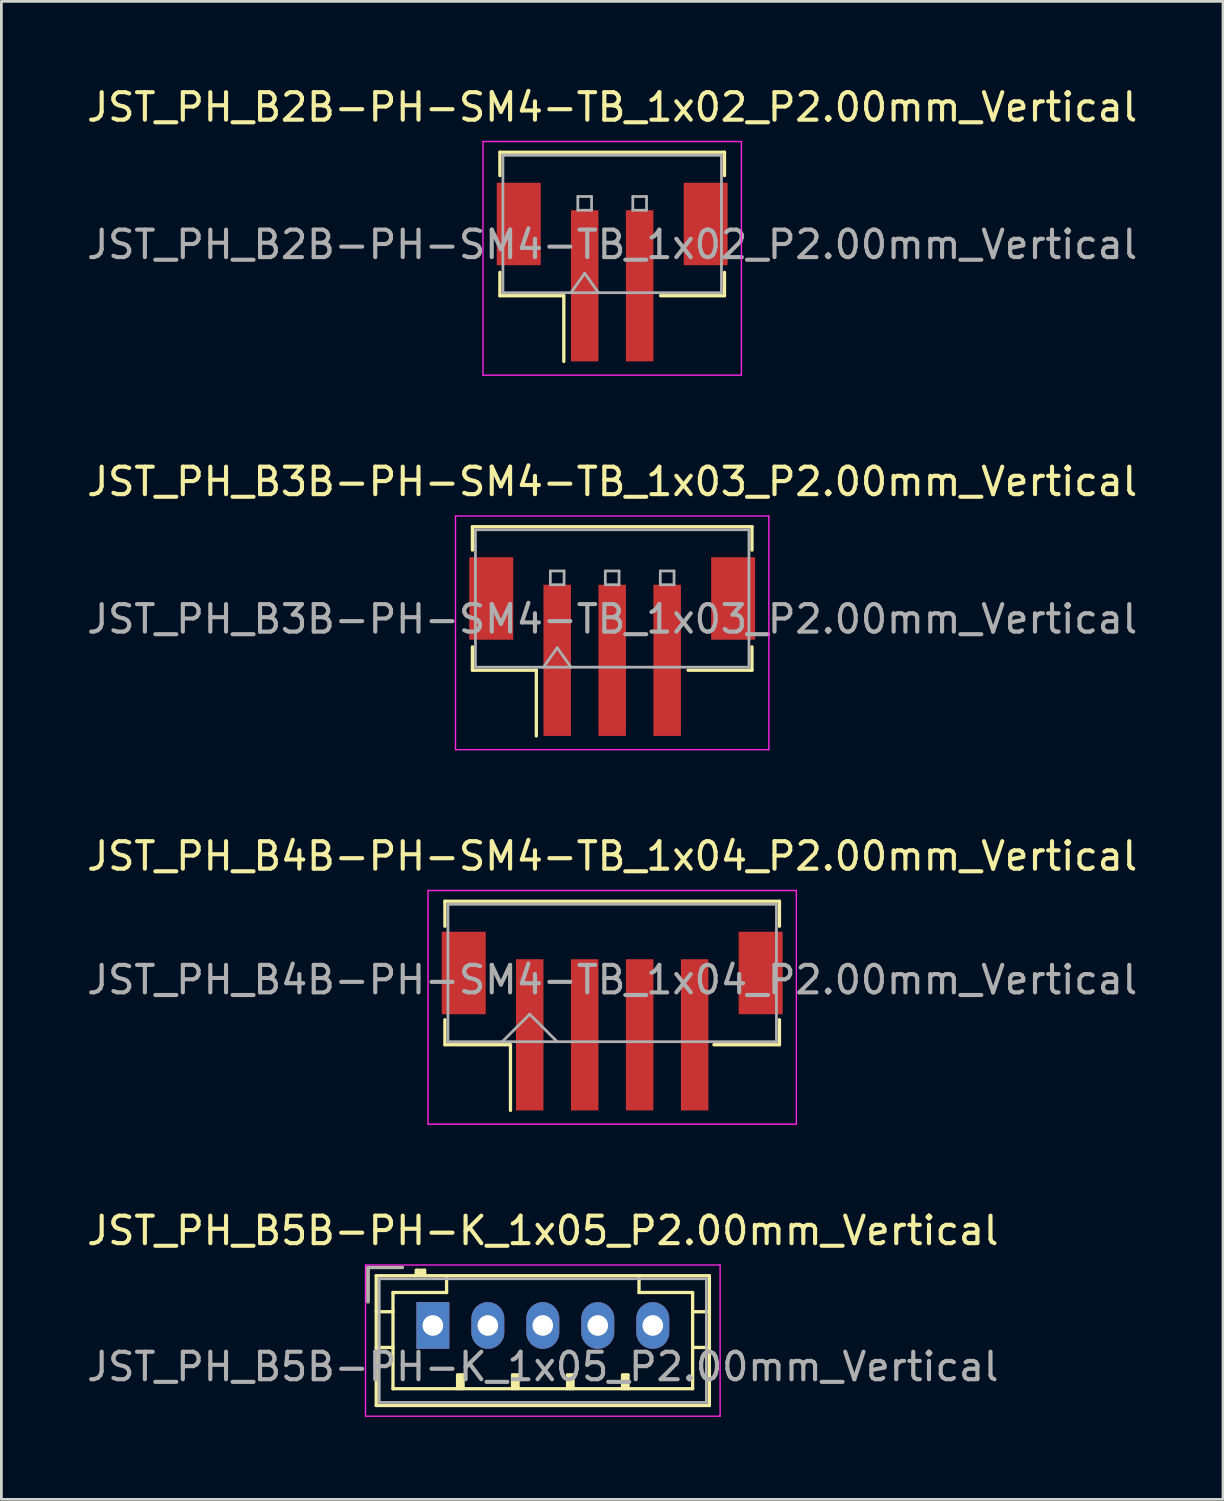
<source format=kicad_pcb>
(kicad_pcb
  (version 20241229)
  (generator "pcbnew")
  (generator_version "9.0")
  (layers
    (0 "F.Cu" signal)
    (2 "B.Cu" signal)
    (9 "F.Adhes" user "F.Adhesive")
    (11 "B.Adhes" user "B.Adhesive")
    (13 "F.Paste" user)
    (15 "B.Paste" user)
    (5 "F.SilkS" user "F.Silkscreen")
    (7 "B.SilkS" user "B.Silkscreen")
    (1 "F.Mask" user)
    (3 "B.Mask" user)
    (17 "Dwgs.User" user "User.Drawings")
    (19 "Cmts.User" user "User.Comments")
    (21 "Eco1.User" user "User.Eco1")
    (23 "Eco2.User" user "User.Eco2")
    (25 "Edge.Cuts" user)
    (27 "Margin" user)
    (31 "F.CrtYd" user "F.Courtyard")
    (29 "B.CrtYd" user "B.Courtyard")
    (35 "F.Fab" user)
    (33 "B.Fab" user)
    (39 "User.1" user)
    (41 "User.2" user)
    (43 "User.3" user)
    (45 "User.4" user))
  (footprint "JST_PH_B4B-PH-SM4-TB_1x04_P2.00mm_Vertical"
    (layer "F.Cu")
    (at 19.22 34.095)
    (property "Reference" "JST_PH_B4B-PH-SM4-TB_1x04_P2.00mm_Vertical" (at 0 -6 0) (layer "F.SilkS") (effects (font (size 1 1) (thickness 0.15))))
    (attr smd)
    (fp_line (start -6.085 -4.36) (end 6.085 -4.36) (stroke (width 0.12) (type solid)) (layer "F.SilkS"))
    (fp_line (start -6.085 -3.45) (end -6.085 -4.36) (stroke (width 0.12) (type solid)) (layer "F.SilkS"))
    (fp_line (start -6.085 -0.05) (end -6.085 0.86) (stroke (width 0.12) (type solid)) (layer "F.SilkS"))
    (fp_line (start -6.085 0.86) (end -3.7 0.86) (stroke (width 0.12) (type solid)) (layer "F.SilkS"))
    (fp_line (start -3.7 0.86) (end -3.7 3.25) (stroke (width 0.12) (type solid)) (layer "F.SilkS"))
    (fp_line (start 6.085 -4.36) (end 6.085 -3.45) (stroke (width 0.12) (type solid)) (layer "F.SilkS"))
    (fp_line (start 6.085 -0.05) (end 6.085 0.86) (stroke (width 0.12) (type solid)) (layer "F.SilkS"))
    (fp_line (start 6.085 0.86) (end 3.7 0.86) (stroke (width 0.12) (type solid)) (layer "F.SilkS"))
    (fp_line (start -6.7 -4.75) (end -6.7 3.75) (stroke (width 0.05) (type solid)) (layer "F.CrtYd"))
    (fp_line (start -6.7 3.75) (end 6.7 3.75) (stroke (width 0.05) (type solid)) (layer "F.CrtYd"))
    (fp_line (start 6.7 -4.75) (end -6.7 -4.75) (stroke (width 0.05) (type solid)) (layer "F.CrtYd"))
    (fp_line (start 6.7 3.75) (end 6.7 -4.75) (stroke (width 0.05) (type solid)) (layer "F.CrtYd"))
    (fp_line (start -5.975 -4.25) (end -5.975 0.75) (stroke (width 0.1) (type solid)) (layer "F.Fab"))
    (fp_line (start -5.975 0.75) (end 5.975 0.75) (stroke (width 0.1) (type solid)) (layer "F.Fab"))
    (fp_line (start -4 0.75) (end -3 -0.25) (stroke (width 0.1) (type solid)) (layer "F.Fab"))
    (fp_line (start -3 -0.25) (end -2 0.75) (stroke (width 0.1) (type solid)) (layer "F.Fab"))
    (fp_line (start 5.975 -4.25) (end -5.975 -4.25) (stroke (width 0.1) (type solid)) (layer "F.Fab"))
    (fp_line (start 5.975 0.75) (end 5.975 -4.25) (stroke (width 0.1) (type solid)) (layer "F.Fab"))
    (fp_text user "${REFERENCE}" (at 0 -1.5 0) (layer "F.Fab") (effects (font (size 1 1) (thickness 0.15))))
    (pad "" smd rect (at -5.4 -1.75) (size 1.6 3) (layers "F.Cu" "F.Mask" "F.Paste"))
    (pad "" smd rect (at 5.4 -1.75) (size 1.6 3) (layers "F.Cu" "F.Mask" "F.Paste"))
    (pad "1" smd rect (at -3 0.5) (size 1 5.5) (layers "F.Cu" "F.Mask" "F.Paste"))
    (pad "2" smd rect (at -1 0.5) (size 1 5.5) (layers "F.Cu" "F.Mask" "F.Paste"))
    (pad "3" smd rect (at 1 0.5) (size 1 5.5) (layers "F.Cu" "F.Mask" "F.Paste"))
    (pad "4" smd rect (at 3 0.5) (size 1 5.5) (layers "F.Cu" "F.Mask" "F.Paste")))
  (footprint "JST_PH_B5B-PH-K_1x05_P2.00mm_Vertical"
    (layer "F.Cu")
    (at 12.696 45.168)
    (property "Reference" "JST_PH_B5B-PH-K_1x05_P2.00mm_Vertical" (at 4 -3.45 0) (layer "F.SilkS") (effects (font (size 1 1) (thickness 0.15))))
    (attr through_hole)
    (fp_line (start -2.36 -2.11) (end -2.36 -0.86) (stroke (width 0.12) (type solid)) (layer "F.SilkS"))
    (fp_line (start -2.06 -1.81) (end -2.06 2.91) (stroke (width 0.12) (type solid)) (layer "F.SilkS"))
    (fp_line (start -2.06 -0.5) (end -1.45 -0.5) (stroke (width 0.12) (type solid)) (layer "F.SilkS"))
    (fp_line (start -2.06 0.8) (end -1.45 0.8) (stroke (width 0.12) (type solid)) (layer "F.SilkS"))
    (fp_line (start -2.06 2.91) (end 10.06 2.91) (stroke (width 0.12) (type solid)) (layer "F.SilkS"))
    (fp_line (start -1.45 -1.2) (end -1.45 2.3) (stroke (width 0.12) (type solid)) (layer "F.SilkS"))
    (fp_line (start -1.45 2.3) (end 9.45 2.3) (stroke (width 0.12) (type solid)) (layer "F.SilkS"))
    (fp_line (start -1.11 -2.11) (end -2.36 -2.11) (stroke (width 0.12) (type solid)) (layer "F.SilkS"))
    (fp_line (start -0.6 -2.01) (end -0.6 -1.81) (stroke (width 0.12) (type solid)) (layer "F.SilkS"))
    (fp_line (start -0.3 -2.01) (end -0.6 -2.01) (stroke (width 0.12) (type solid)) (layer "F.SilkS"))
    (fp_line (start -0.3 -1.91) (end -0.6 -1.91) (stroke (width 0.12) (type solid)) (layer "F.SilkS"))
    (fp_line (start -0.3 -1.81) (end -0.3 -2.01) (stroke (width 0.12) (type solid)) (layer "F.SilkS"))
    (fp_line (start 0.5 -1.81) (end 0.5 -1.2) (stroke (width 0.12) (type solid)) (layer "F.SilkS"))
    (fp_line (start 0.5 -1.2) (end -1.45 -1.2) (stroke (width 0.12) (type solid)) (layer "F.SilkS"))
    (fp_line (start 0.9 1.8) (end 1.1 1.8) (stroke (width 0.12) (type solid)) (layer "F.SilkS"))
    (fp_line (start 0.9 2.3) (end 0.9 1.8) (stroke (width 0.12) (type solid)) (layer "F.SilkS"))
    (fp_line (start 1 2.3) (end 1 1.8) (stroke (width 0.12) (type solid)) (layer "F.SilkS"))
    (fp_line (start 1.1 1.8) (end 1.1 2.3) (stroke (width 0.12) (type solid)) (layer "F.SilkS"))
    (fp_line (start 2.9 1.8) (end 3.1 1.8) (stroke (width 0.12) (type solid)) (layer "F.SilkS"))
    (fp_line (start 2.9 2.3) (end 2.9 1.8) (stroke (width 0.12) (type solid)) (layer "F.SilkS"))
    (fp_line (start 3 2.3) (end 3 1.8) (stroke (width 0.12) (type solid)) (layer "F.SilkS"))
    (fp_line (start 3.1 1.8) (end 3.1 2.3) (stroke (width 0.12) (type solid)) (layer "F.SilkS"))
    (fp_line (start 4.9 1.8) (end 5.1 1.8) (stroke (width 0.12) (type solid)) (layer "F.SilkS"))
    (fp_line (start 4.9 2.3) (end 4.9 1.8) (stroke (width 0.12) (type solid)) (layer "F.SilkS"))
    (fp_line (start 5 2.3) (end 5 1.8) (stroke (width 0.12) (type solid)) (layer "F.SilkS"))
    (fp_line (start 5.1 1.8) (end 5.1 2.3) (stroke (width 0.12) (type solid)) (layer "F.SilkS"))
    (fp_line (start 6.9 1.8) (end 7.1 1.8) (stroke (width 0.12) (type solid)) (layer "F.SilkS"))
    (fp_line (start 6.9 2.3) (end 6.9 1.8) (stroke (width 0.12) (type solid)) (layer "F.SilkS"))
    (fp_line (start 7 2.3) (end 7 1.8) (stroke (width 0.12) (type solid)) (layer "F.SilkS"))
    (fp_line (start 7.1 1.8) (end 7.1 2.3) (stroke (width 0.12) (type solid)) (layer "F.SilkS"))
    (fp_line (start 7.5 -1.2) (end 7.5 -1.81) (stroke (width 0.12) (type solid)) (layer "F.SilkS"))
    (fp_line (start 9.45 -1.2) (end 7.5 -1.2) (stroke (width 0.12) (type solid)) (layer "F.SilkS"))
    (fp_line (start 9.45 2.3) (end 9.45 -1.2) (stroke (width 0.12) (type solid)) (layer "F.SilkS"))
    (fp_line (start 10.06 -1.81) (end -2.06 -1.81) (stroke (width 0.12) (type solid)) (layer "F.SilkS"))
    (fp_line (start 10.06 -0.5) (end 9.45 -0.5) (stroke (width 0.12) (type solid)) (layer "F.SilkS"))
    (fp_line (start 10.06 0.8) (end 9.45 0.8) (stroke (width 0.12) (type solid)) (layer "F.SilkS"))
    (fp_line (start 10.06 2.91) (end 10.06 -1.81) (stroke (width 0.12) (type solid)) (layer "F.SilkS"))
    (fp_line (start -2.45 -2.2) (end -2.45 3.3) (stroke (width 0.05) (type solid)) (layer "F.CrtYd"))
    (fp_line (start -2.45 3.3) (end 10.45 3.3) (stroke (width 0.05) (type solid)) (layer "F.CrtYd"))
    (fp_line (start 10.45 -2.2) (end -2.45 -2.2) (stroke (width 0.05) (type solid)) (layer "F.CrtYd"))
    (fp_line (start 10.45 3.3) (end 10.45 -2.2) (stroke (width 0.05) (type solid)) (layer "F.CrtYd"))
    (fp_line (start -2.36 -2.11) (end -2.36 -0.86) (stroke (width 0.1) (type solid)) (layer "F.Fab"))
    (fp_line (start -1.95 -1.7) (end -1.95 2.8) (stroke (width 0.1) (type solid)) (layer "F.Fab"))
    (fp_line (start -1.95 2.8) (end 9.95 2.8) (stroke (width 0.1) (type solid)) (layer "F.Fab"))
    (fp_line (start -1.11 -2.11) (end -2.36 -2.11) (stroke (width 0.1) (type solid)) (layer "F.Fab"))
    (fp_line (start 9.95 -1.7) (end -1.95 -1.7) (stroke (width 0.1) (type solid)) (layer "F.Fab"))
    (fp_line (start 9.95 2.8) (end 9.95 -1.7) (stroke (width 0.1) (type solid)) (layer "F.Fab"))
    (fp_text user "${REFERENCE}" (at 4 1.5 0) (layer "F.Fab") (effects (font (size 1 1) (thickness 0.15))))
    (pad "1" thru_hole rect (at 0 0) (size 1.2 1.7) (drill 0.75) (layers "*.Cu" "*.Mask"))
    (pad "2" thru_hole oval (at 2 0) (size 1.2 1.7) (drill 0.75) (layers "*.Cu" "*.Mask"))
    (pad "3" thru_hole oval (at 4 0) (size 1.2 1.7) (drill 0.75) (layers "*.Cu" "*.Mask"))
    (pad "4" thru_hole oval (at 6 0) (size 1.2 1.7) (drill 0.75) (layers "*.Cu" "*.Mask"))
    (pad "5" thru_hole oval (at 8 0) (size 1.2 1.7) (drill 0.75) (layers "*.Cu" "*.Mask")))
  (footprint "JST_PH_B3B-PH-SM4-TB_1x03_P2.00mm_Vertical"
    (layer "F.Cu")
    (at 19.22 20.471)
    (property "Reference" "JST_PH_B3B-PH-SM4-TB_1x03_P2.00mm_Vertical" (at 0 -6 0) (layer "F.SilkS") (effects (font (size 1 1) (thickness 0.15))))
    (attr smd)
    (fp_line (start -5.085 -4.36) (end 5.085 -4.36) (stroke (width 0.12) (type solid)) (layer "F.SilkS"))
    (fp_line (start -5.085 -3.51) (end -5.085 -4.36) (stroke (width 0.12) (type solid)) (layer "F.SilkS"))
    (fp_line (start -5.085 0.01) (end -5.085 0.86) (stroke (width 0.12) (type solid)) (layer "F.SilkS"))
    (fp_line (start -5.085 0.86) (end -2.76 0.86) (stroke (width 0.12) (type solid)) (layer "F.SilkS"))
    (fp_line (start -2.76 0.86) (end -2.76 3.25) (stroke (width 0.12) (type solid)) (layer "F.SilkS"))
    (fp_line (start 5.085 -4.36) (end 5.085 -3.51) (stroke (width 0.12) (type solid)) (layer "F.SilkS"))
    (fp_line (start 5.085 0.01) (end 5.085 0.86) (stroke (width 0.12) (type solid)) (layer "F.SilkS"))
    (fp_line (start 5.085 0.86) (end 2.76 0.86) (stroke (width 0.12) (type solid)) (layer "F.SilkS"))
    (fp_line (start -5.7 -4.75) (end -5.7 3.75) (stroke (width 0.05) (type solid)) (layer "F.CrtYd"))
    (fp_line (start -5.7 3.75) (end 5.7 3.75) (stroke (width 0.05) (type solid)) (layer "F.CrtYd"))
    (fp_line (start 5.7 -4.75) (end -5.7 -4.75) (stroke (width 0.05) (type solid)) (layer "F.CrtYd"))
    (fp_line (start 5.7 3.75) (end 5.7 -4.75) (stroke (width 0.05) (type solid)) (layer "F.CrtYd"))
    (fp_line (start -4.975 -4.25) (end 4.975 -4.25) (stroke (width 0.1) (type solid)) (layer "F.Fab"))
    (fp_line (start -4.975 0.75) (end -4.975 -4.25) (stroke (width 0.1) (type solid)) (layer "F.Fab"))
    (fp_line (start -4.975 0.75) (end 4.975 0.75) (stroke (width 0.1) (type solid)) (layer "F.Fab"))
    (fp_line (start -2.5 0.75) (end -2 0.043) (stroke (width 0.1) (type solid)) (layer "F.Fab"))
    (fp_line (start -2.25 -2.75) (end -2.25 -2.25) (stroke (width 0.1) (type solid)) (layer "F.Fab"))
    (fp_line (start -2.25 -2.25) (end -1.75 -2.25) (stroke (width 0.1) (type solid)) (layer "F.Fab"))
    (fp_line (start -2 0.043) (end -1.5 0.75) (stroke (width 0.1) (type solid)) (layer "F.Fab"))
    (fp_line (start -1.75 -2.75) (end -2.25 -2.75) (stroke (width 0.1) (type solid)) (layer "F.Fab"))
    (fp_line (start -1.75 -2.25) (end -1.75 -2.75) (stroke (width 0.1) (type solid)) (layer "F.Fab"))
    (fp_line (start -0.25 -2.75) (end -0.25 -2.25) (stroke (width 0.1) (type solid)) (layer "F.Fab"))
    (fp_line (start -0.25 -2.25) (end 0.25 -2.25) (stroke (width 0.1) (type solid)) (layer "F.Fab"))
    (fp_line (start 0.25 -2.75) (end -0.25 -2.75) (stroke (width 0.1) (type solid)) (layer "F.Fab"))
    (fp_line (start 0.25 -2.25) (end 0.25 -2.75) (stroke (width 0.1) (type solid)) (layer "F.Fab"))
    (fp_line (start 1.75 -2.75) (end 1.75 -2.25) (stroke (width 0.1) (type solid)) (layer "F.Fab"))
    (fp_line (start 1.75 -2.25) (end 2.25 -2.25) (stroke (width 0.1) (type solid)) (layer "F.Fab"))
    (fp_line (start 2.25 -2.75) (end 1.75 -2.75) (stroke (width 0.1) (type solid)) (layer "F.Fab"))
    (fp_line (start 2.25 -2.25) (end 2.25 -2.75) (stroke (width 0.1) (type solid)) (layer "F.Fab"))
    (fp_line (start 4.975 0.75) (end 4.975 -4.25) (stroke (width 0.1) (type solid)) (layer "F.Fab"))
    (fp_text user "${REFERENCE}" (at 0 -1 0) (layer "F.Fab") (effects (font (size 1 1) (thickness 0.15))))
    (pad "" smd rect (at -4.4 -1.75) (size 1.6 3) (layers "F.Cu" "F.Mask" "F.Paste"))
    (pad "" smd rect (at 4.4 -1.75) (size 1.6 3) (layers "F.Cu" "F.Mask" "F.Paste"))
    (pad "1" smd rect (at -2 0.5) (size 1 5.5) (layers "F.Cu" "F.Mask" "F.Paste"))
    (pad "2" smd rect (at 0 0.5) (size 1 5.5) (layers "F.Cu" "F.Mask" "F.Paste"))
    (pad "3" smd rect (at 2 0.5) (size 1 5.5) (layers "F.Cu" "F.Mask" "F.Paste")))
  (footprint "JST_PH_B2B-PH-SM4-TB_1x02_P2.00mm_Vertical"
    (layer "F.Cu")
    (at 19.22 6.848)
    (property "Reference" "JST_PH_B2B-PH-SM4-TB_1x02_P2.00mm_Vertical" (at 0 -6 0) (layer "F.SilkS") (effects (font (size 1 1) (thickness 0.15))))
    (attr smd)
    (fp_line (start -4.085 -4.36) (end 4.085 -4.36) (stroke (width 0.12) (type solid)) (layer "F.SilkS"))
    (fp_line (start -4.085 -3.51) (end -4.085 -4.36) (stroke (width 0.12) (type solid)) (layer "F.SilkS"))
    (fp_line (start -4.085 0.01) (end -4.085 0.86) (stroke (width 0.12) (type solid)) (layer "F.SilkS"))
    (fp_line (start -4.085 0.86) (end -1.76 0.86) (stroke (width 0.12) (type solid)) (layer "F.SilkS"))
    (fp_line (start -1.76 0.86) (end -1.76 3.25) (stroke (width 0.12) (type solid)) (layer "F.SilkS"))
    (fp_line (start 4.085 -4.36) (end 4.085 -3.51) (stroke (width 0.12) (type solid)) (layer "F.SilkS"))
    (fp_line (start 4.085 0.01) (end 4.085 0.86) (stroke (width 0.12) (type solid)) (layer "F.SilkS"))
    (fp_line (start 4.085 0.86) (end 1.76 0.86) (stroke (width 0.12) (type solid)) (layer "F.SilkS"))
    (fp_line (start -4.7 -4.75) (end -4.7 3.75) (stroke (width 0.05) (type solid)) (layer "F.CrtYd"))
    (fp_line (start -4.7 3.75) (end 4.7 3.75) (stroke (width 0.05) (type solid)) (layer "F.CrtYd"))
    (fp_line (start 4.7 -4.75) (end -4.7 -4.75) (stroke (width 0.05) (type solid)) (layer "F.CrtYd"))
    (fp_line (start 4.7 3.75) (end 4.7 -4.75) (stroke (width 0.05) (type solid)) (layer "F.CrtYd"))
    (fp_line (start -3.975 -4.25) (end 3.975 -4.25) (stroke (width 0.1) (type solid)) (layer "F.Fab"))
    (fp_line (start -3.975 0.75) (end -3.975 -4.25) (stroke (width 0.1) (type solid)) (layer "F.Fab"))
    (fp_line (start -3.975 0.75) (end 3.975 0.75) (stroke (width 0.1) (type solid)) (layer "F.Fab"))
    (fp_line (start -1.5 0.75) (end -1 0.043) (stroke (width 0.1) (type solid)) (layer "F.Fab"))
    (fp_line (start -1.25 -2.75) (end -1.25 -2.25) (stroke (width 0.1) (type solid)) (layer "F.Fab"))
    (fp_line (start -1.25 -2.25) (end -0.75 -2.25) (stroke (width 0.1) (type solid)) (layer "F.Fab"))
    (fp_line (start -1 0.043) (end -0.5 0.75) (stroke (width 0.1) (type solid)) (layer "F.Fab"))
    (fp_line (start -0.75 -2.75) (end -1.25 -2.75) (stroke (width 0.1) (type solid)) (layer "F.Fab"))
    (fp_line (start -0.75 -2.25) (end -0.75 -2.75) (stroke (width 0.1) (type solid)) (layer "F.Fab"))
    (fp_line (start 0.75 -2.75) (end 0.75 -2.25) (stroke (width 0.1) (type solid)) (layer "F.Fab"))
    (fp_line (start 0.75 -2.25) (end 1.25 -2.25) (stroke (width 0.1) (type solid)) (layer "F.Fab"))
    (fp_line (start 1.25 -2.75) (end 0.75 -2.75) (stroke (width 0.1) (type solid)) (layer "F.Fab"))
    (fp_line (start 1.25 -2.25) (end 1.25 -2.75) (stroke (width 0.1) (type solid)) (layer "F.Fab"))
    (fp_line (start 3.975 0.75) (end 3.975 -4.25) (stroke (width 0.1) (type solid)) (layer "F.Fab"))
    (fp_text user "${REFERENCE}" (at 0 -1 0) (layer "F.Fab") (effects (font (size 1 1) (thickness 0.15))))
    (pad "" smd rect (at -3.4 -1.75) (size 1.6 3) (layers "F.Cu" "F.Mask" "F.Paste"))
    (pad "" smd rect (at 3.4 -1.75) (size 1.6 3) (layers "F.Cu" "F.Mask" "F.Paste"))
    (pad "1" smd rect (at -1 0.5) (size 1 5.5) (layers "F.Cu" "F.Mask" "F.Paste"))
    (pad "2" smd rect (at 1 0.5) (size 1 5.5) (layers "F.Cu" "F.Mask" "F.Paste")))
  (gr_rect
    (start -3 -3)
    (end 41.44 51.493)
    (stroke (width 0.1) (type default))
    (fill no)
    (layer "Edge.Cuts")))
</source>
